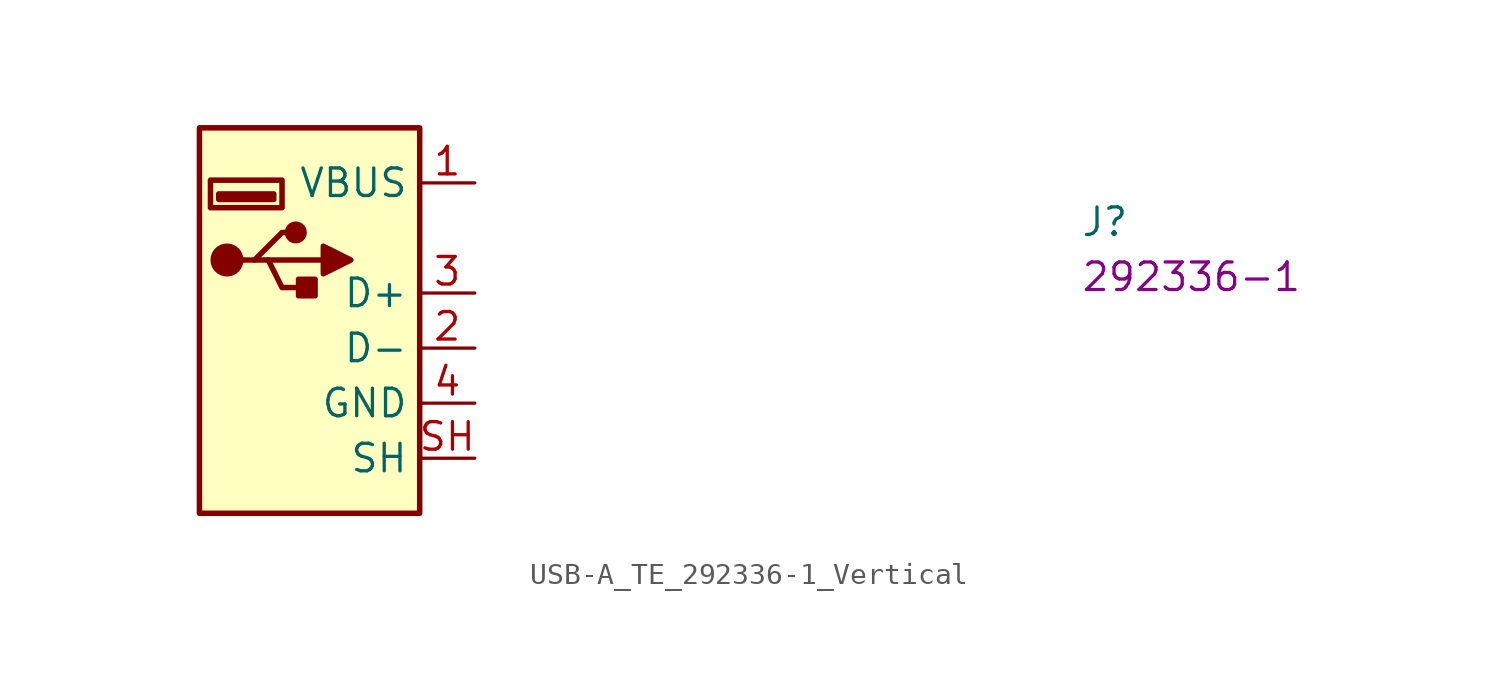
<source format=kicad_sym>
(kicad_symbol_lib
  (version 20220914)
  (generator kicad_symbol_editor)
  (symbol "USB-A_TE_292336-1_Vertical"
    (property "Reference" "J"
      (at 27.94 -2.54 0)
      (effects (font (size 1.27 1.27) (thickness 0.15)) (justify left bottom)))
    (property "MPN" "292336-1"
      (at 27.94 -5.08 0)
      (effects (font (size 1.27 1.27) (thickness 0.15)) (justify left bottom)))
    (symbol "USB-A_TE_292336-1_Vertical_1_1"
      (rectangle (start -12.7 2.54) (end -2.54 -15.24) (stroke (width 0.254) (type default)) (fill (type background)))
      (rectangle (start -11.811 -0.508) (end -9.271 -0.762) (stroke (width 0.254) (type default)) (fill (type background)))
      (circle (center -11.43 -3.556) (radius 0.635) (stroke (width 0.254) (type default)) (fill (type outline)))
      (rectangle (start -8.89 -1.143) (end -12.192 0.127) (stroke (width 0.254) (type default)) (fill (type background)))
      (circle (center -8.255 -2.286) (radius 0.381) (stroke (width 0.254) (type default)) (fill (type outline)))
      (rectangle (start -7.366 -4.445) (end -8.128 -5.207) (stroke (width 0.254) (type default)) (fill (type outline)))
      (polyline (pts (xy -9.525 -3.556) (xy -6.985 -3.556)) (stroke (width 0.254) (type default)) (fill (type background)))
      (polyline (pts (xy -10.795 -3.556) (xy -10.16 -3.556) (xy -8.89 -2.286) (xy -8.255 -2.286)) (stroke (width 0.254) (type default)) (fill (type background)))
      (polyline (pts (xy -10.16 -3.556) (xy -9.525 -3.556) (xy -8.89 -4.826) (xy -7.62 -4.826)) (stroke (width 0.254) (type default)) (fill (type background)))
      (polyline (pts (xy -6.985 -2.921) (xy -6.985 -4.191) (xy -5.715 -3.556) (xy -6.985 -2.921)) (stroke (width 0.254) (type default)) (fill (type outline)))
      (pin passive line (at 0 0 180) (length 2.54) (name "VBUS" (effects (font (size 1.27 1.27)))) (number "1" (effects (font (size 1.27 1.27)))))
      (pin bidirectional line (at 0 -7.62 180) (length 2.54) (name "D-" (effects (font (size 1.27 1.27)))) (number "2" (effects (font (size 1.27 1.27)))))
      (pin bidirectional line (at 0 -5.08 180) (length 2.54) (name "D+" (effects (font (size 1.27 1.27)))) (number "3" (effects (font (size 1.27 1.27)))))
      (pin power_in line (at 0 -10.16 180) (length 2.54) (name "GND" (effects (font (size 1.27 1.27)))) (number "4" (effects (font (size 1.27 1.27)))))
      (pin passive line (at 0 -12.7 180) (length 2.54) (name "SH" (effects (font (size 1.27 1.27)))) (number "SH" (effects (font (size 1.27 1.27))))))))
</source>
